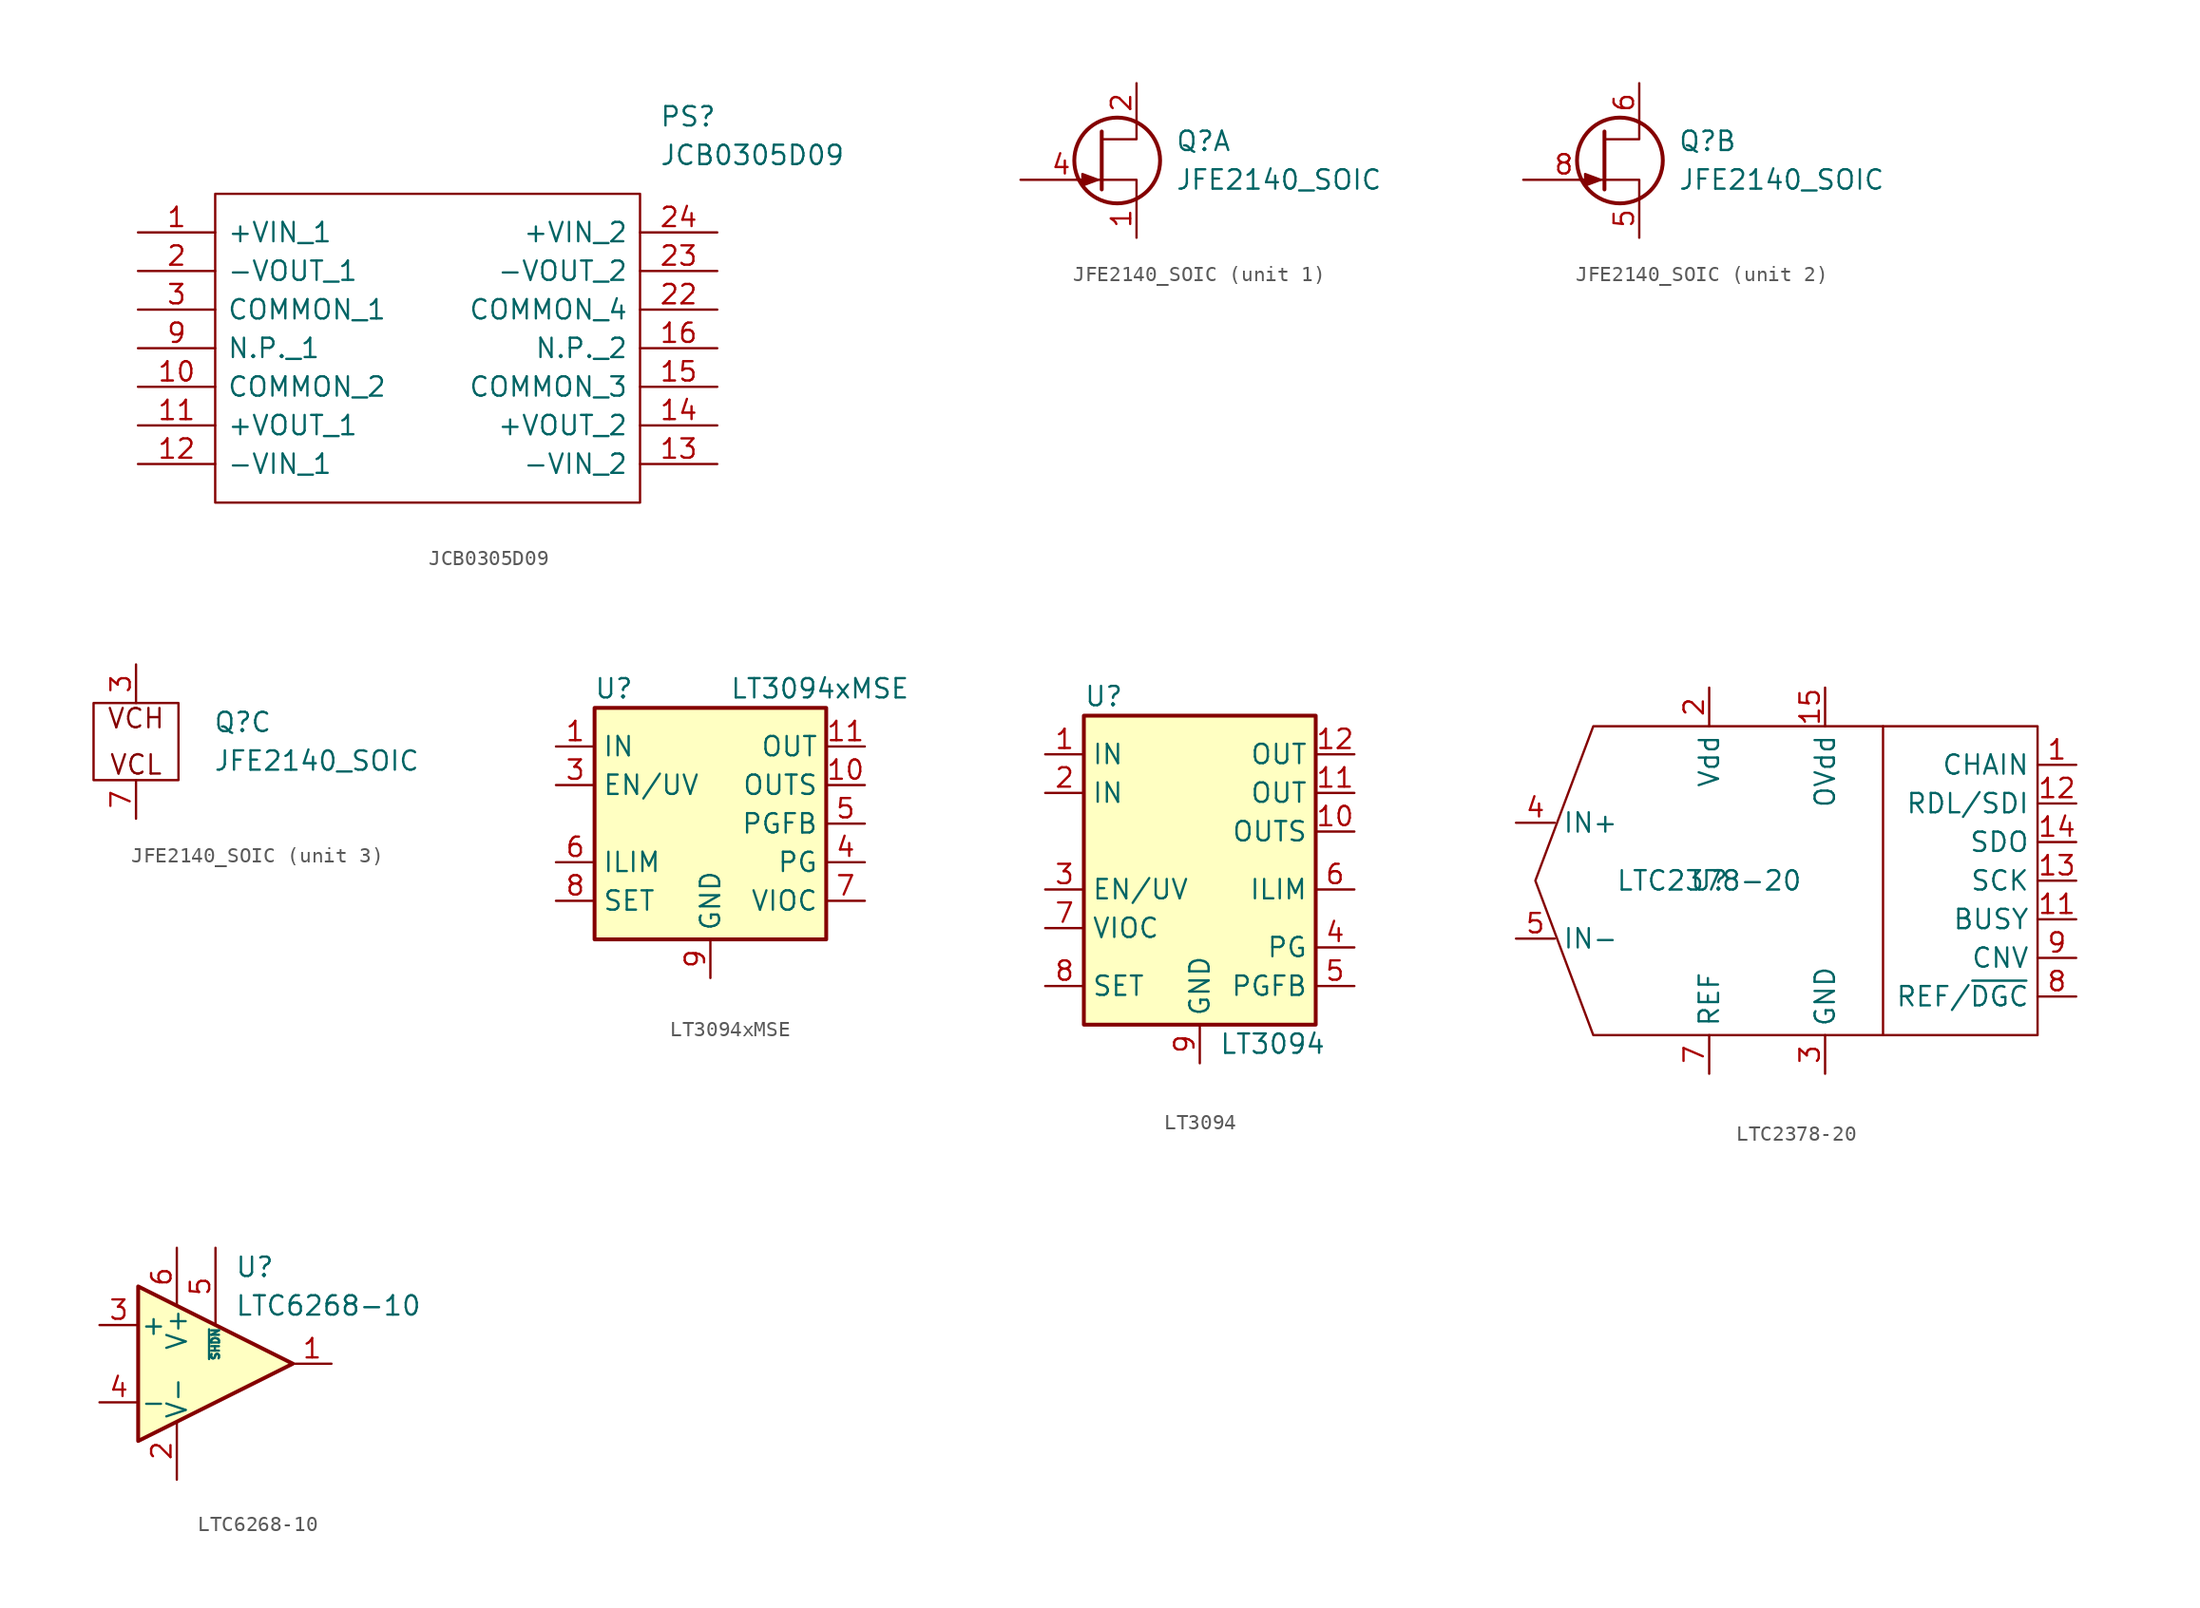
<source format=kicad_sym>
(kicad_symbol_lib
  (version 20211014)
  (generator kicad_symbol_editor)
  (symbol "JCB0305D09"
    (pin_names
      (offset 0.762))
    (property "Reference" "PS"
      (at 34.29 7.62 0)
      (effects (font (size 1.27 1.27)) (justify left)))
    (property "Value" "JCB0305D09"
      (at 34.29 5.08 0)
      (effects (font (size 1.27 1.27)) (justify left)))
    (symbol "JCB0305D09_0_0"
      (pin passive line (at 0 0 0) (length 5.08) (name "+VIN_1" (effects (font (size 1.27 1.27)))) (number "1" (effects (font (size 1.27 1.27)))))
      (pin passive line (at 0 -10.16 0) (length 5.08) (name "COMMON_2" (effects (font (size 1.27 1.27)))) (number "10" (effects (font (size 1.27 1.27)))))
      (pin passive line (at 0 -12.7 0) (length 5.08) (name "+VOUT_1" (effects (font (size 1.27 1.27)))) (number "11" (effects (font (size 1.27 1.27)))))
      (pin passive line (at 0 -15.24 0) (length 5.08) (name "-VIN_1" (effects (font (size 1.27 1.27)))) (number "12" (effects (font (size 1.27 1.27)))))
      (pin passive line (at 38.1 -15.24 180) (length 5.08) (name "-VIN_2" (effects (font (size 1.27 1.27)))) (number "13" (effects (font (size 1.27 1.27)))))
      (pin passive line (at 38.1 -12.7 180) (length 5.08) (name "+VOUT_2" (effects (font (size 1.27 1.27)))) (number "14" (effects (font (size 1.27 1.27)))))
      (pin passive line (at 38.1 -10.16 180) (length 5.08) (name "COMMON_3" (effects (font (size 1.27 1.27)))) (number "15" (effects (font (size 1.27 1.27)))))
      (pin passive line (at 38.1 -7.62 180) (length 5.08) (name "N.P._2" (effects (font (size 1.27 1.27)))) (number "16" (effects (font (size 1.27 1.27)))))
      (pin passive line (at 0 -2.54 0) (length 5.08) (name "-VOUT_1" (effects (font (size 1.27 1.27)))) (number "2" (effects (font (size 1.27 1.27)))))
      (pin passive line (at 38.1 -5.08 180) (length 5.08) (name "COMMON_4" (effects (font (size 1.27 1.27)))) (number "22" (effects (font (size 1.27 1.27)))))
      (pin passive line (at 38.1 -2.54 180) (length 5.08) (name "-VOUT_2" (effects (font (size 1.27 1.27)))) (number "23" (effects (font (size 1.27 1.27)))))
      (pin passive line (at 38.1 0 180) (length 5.08) (name "+VIN_2" (effects (font (size 1.27 1.27)))) (number "24" (effects (font (size 1.27 1.27)))))
      (pin passive line (at 0 -5.08 0) (length 5.08) (name "COMMON_1" (effects (font (size 1.27 1.27)))) (number "3" (effects (font (size 1.27 1.27)))))
      (pin passive line (at 0 -7.62 0) (length 5.08) (name "N.P._1" (effects (font (size 1.27 1.27)))) (number "9" (effects (font (size 1.27 1.27))))))
    (symbol "JCB0305D09_0_1"
      (polyline (pts (xy 5.08 2.54) (xy 33.02 2.54) (xy 33.02 -17.78) (xy 5.08 -17.78) (xy 5.08 2.54)) (stroke (width 0.152) (type default) (color 0 0 0 0)) (fill (type none)))))
  (symbol "JFE2140_SOIC"
    (pin_names
      (offset 0) hide)
    (property "Reference" "Q"
      (at 5.08 1.27 0)
      (effects (font (size 1.27 1.27)) (justify left)))
    (property "Value" "JFE2140_SOIC"
      (at 5.08 -1.27 0)
      (effects (font (size 1.27 1.27)) (justify left)))
    (property "ki_locked" ""
      (at 0 0 0)
      (effects (font (size 1.27 1.27))))
    (symbol "JFE2140_SOIC_1_1"
      (polyline (pts (xy 0.254 1.905) (xy 0.254 -1.905) (xy 0.254 -1.905)) (stroke (width 0.254) (type default) (color 0 0 0 0)) (fill (type none)))
      (polyline (pts (xy 2.54 -2.54) (xy 2.54 -1.27) (xy 0.254 -1.27)) (stroke (width 0) (type default) (color 0 0 0 0)) (fill (type none)))
      (polyline (pts (xy 2.54 2.54) (xy 2.54 1.397) (xy 0.254 1.397)) (stroke (width 0) (type default) (color 0 0 0 0)) (fill (type none)))
      (polyline (pts (xy 0 -1.27) (xy -1.016 -0.889) (xy -1.016 -1.651) (xy 0 -1.27)) (stroke (width 0) (type default) (color 0 0 0 0)) (fill (type outline)))
      (circle (center 1.27 0) (radius 2.819) (stroke (width 0.254) (type default) (color 0 0 0 0)) (fill (type none)))
      (pin passive line (at 2.54 -5.08 90) (length 2.54) (name "S" (effects (font (size 1.27 1.27)))) (number "1" (effects (font (size 1.27 1.27)))))
      (pin passive line (at 2.54 5.08 270) (length 2.54) (name "D" (effects (font (size 1.27 1.27)))) (number "2" (effects (font (size 1.27 1.27)))))
      (pin input line (at -5.08 -1.27 0) (length 5.334) (name "G" (effects (font (size 1.27 1.27)))) (number "4" (effects (font (size 1.27 1.27))))))
    (symbol "JFE2140_SOIC_2_1"
      (polyline (pts (xy 0.254 1.905) (xy 0.254 -1.905) (xy 0.254 -1.905)) (stroke (width 0.254) (type default) (color 0 0 0 0)) (fill (type none)))
      (polyline (pts (xy 2.54 -2.54) (xy 2.54 -1.27) (xy 0.254 -1.27)) (stroke (width 0) (type default) (color 0 0 0 0)) (fill (type none)))
      (polyline (pts (xy 2.54 2.54) (xy 2.54 1.397) (xy 0.254 1.397)) (stroke (width 0) (type default) (color 0 0 0 0)) (fill (type none)))
      (polyline (pts (xy 0 -1.27) (xy -1.016 -0.889) (xy -1.016 -1.651) (xy 0 -1.27)) (stroke (width 0) (type default) (color 0 0 0 0)) (fill (type outline)))
      (circle (center 1.27 0) (radius 2.819) (stroke (width 0.254) (type default) (color 0 0 0 0)) (fill (type none)))
      (pin passive line (at 2.54 -5.08 90) (length 2.54) (name "S" (effects (font (size 1.27 1.27)))) (number "5" (effects (font (size 1.27 1.27)))))
      (pin passive line (at 2.54 5.08 270) (length 2.54) (name "D" (effects (font (size 1.27 1.27)))) (number "6" (effects (font (size 1.27 1.27)))))
      (pin input line (at -5.08 -1.27 0) (length 5.334) (name "G" (effects (font (size 1.27 1.27)))) (number "8" (effects (font (size 1.27 1.27))))))
    (symbol "JFE2140_SOIC_3_1"
      (rectangle (start -2.794 2.54) (end 2.794 -2.54) (stroke (width 0) (type default) (color 0 0 0 0)) (fill (type none)))
      (text "VCH" (at 0 1.524 0) (effects (font (size 1.27 1.27))))
      (text "VCL" (at 0 -1.524 0) (effects (font (size 1.27 1.27))))
      (pin passive line (at 0 5.08 270) (length 2.54) (name "VCH" (effects (font (size 1.27 1.27)))) (number "3" (effects (font (size 1.27 1.27)))))
      (pin passive line (at 0 -5.08 90) (length 2.54) (name "VCL" (effects (font (size 1.27 1.27)))) (number "7" (effects (font (size 1.27 1.27)))))))
  (symbol "LT3094xMSE"
    (property "Reference" "U"
      (at -6.35 6.35 0)
      (effects (font (size 1.27 1.27))))
    (property "Value" "LT3094xMSE"
      (at 1.27 6.35 0)
      (effects (font (size 1.27 1.27)) (justify left)))
    (symbol "LT3094xMSE_0_1"
      (rectangle (start -7.62 5.08) (end 7.62 -10.16) (stroke (width 0.254) (type default) (color 0 0 0 0)) (fill (type background))))
    (symbol "LT3094xMSE_1_1"
      (pin power_in line (at -10.16 2.54 0) (length 2.54) (name "IN" (effects (font (size 1.27 1.27)))) (number "1" (effects (font (size 1.27 1.27)))))
      (pin input line (at 10.16 0 180) (length 2.54) (name "OUTS" (effects (font (size 1.27 1.27)))) (number "10" (effects (font (size 1.27 1.27)))))
      (pin power_out line (at 10.16 2.54 180) (length 2.54) (name "OUT" (effects (font (size 1.27 1.27)))) (number "11" (effects (font (size 1.27 1.27)))))
      (pin passive line (at 10.16 2.54 180) (length 2.54) hide (name "OUT" (effects (font (size 1.27 1.27)))) (number "12" (effects (font (size 1.27 1.27)))))
      (pin passive line (at 0 -12.7 90) (length 2.54) hide (name "GND" (effects (font (size 1.27 1.27)))) (number "13" (effects (font (size 1.27 1.27)))))
      (pin passive line (at -10.16 2.54 0) (length 2.54) hide (name "IN" (effects (font (size 1.27 1.27)))) (number "2" (effects (font (size 1.27 1.27)))))
      (pin input line (at -10.16 0 0) (length 2.54) (name "EN/UV" (effects (font (size 1.27 1.27)))) (number "3" (effects (font (size 1.27 1.27)))))
      (pin open_collector line (at 10.16 -5.08 180) (length 2.54) (name "PG" (effects (font (size 1.27 1.27)))) (number "4" (effects (font (size 1.27 1.27)))))
      (pin input line (at 10.16 -2.54 180) (length 2.54) (name "PGFB" (effects (font (size 1.27 1.27)))) (number "5" (effects (font (size 1.27 1.27)))))
      (pin passive line (at -10.16 -5.08 0) (length 2.54) (name "ILIM" (effects (font (size 1.27 1.27)))) (number "6" (effects (font (size 1.27 1.27)))))
      (pin passive line (at 10.16 -7.62 180) (length 2.54) (name "VIOC" (effects (font (size 1.27 1.27)))) (number "7" (effects (font (size 1.27 1.27)))))
      (pin passive line (at -10.16 -7.62 0) (length 2.54) (name "SET" (effects (font (size 1.27 1.27)))) (number "8" (effects (font (size 1.27 1.27)))))
      (pin power_in line (at 0 -12.7 90) (length 2.54) (name "GND" (effects (font (size 1.27 1.27)))) (number "9" (effects (font (size 1.27 1.27)))))))
  (symbol "LT3094"
    (property "Reference" "U"
      (at -7.62 8.89 0)
      (effects (font (size 1.27 1.27)) (justify left)))
    (property "Value" "LT3094"
      (at 1.27 -13.97 0)
      (effects (font (size 1.27 1.27)) (justify left)))
    (symbol "LT3094_0_0"
      (pin input line (at 10.16 0 180) (length 2.54) (name "OUTS" (effects (font (size 1.27 1.27)))) (number "10" (effects (font (size 1.27 1.27)))))
      (pin power_out line (at 10.16 2.54 180) (length 2.54) (name "OUT" (effects (font (size 1.27 1.27)))) (number "11" (effects (font (size 1.27 1.27)))))
      (pin input line (at 10.16 -7.62 180) (length 2.54) (name "PG" (effects (font (size 1.27 1.27)))) (number "4" (effects (font (size 1.27 1.27)))))
      (pin input line (at 10.16 -10.16 180) (length 2.54) (name "PGFB" (effects (font (size 1.27 1.27)))) (number "5" (effects (font (size 1.27 1.27))))))
    (symbol "LT3094_0_1"
      (rectangle (start -7.62 7.62) (end 7.62 -12.7) (stroke (width 0.254) (type default) (color 0 0 0 0)) (fill (type background))))
    (symbol "LT3094_1_1"
      (pin power_in line (at -10.16 5.08 0) (length 2.54) (name "IN" (effects (font (size 1.27 1.27)))) (number "1" (effects (font (size 1.27 1.27)))))
      (pin power_out line (at 10.16 5.08 180) (length 2.54) (name "OUT" (effects (font (size 1.27 1.27)))) (number "12" (effects (font (size 1.27 1.27)))))
      (pin power_in line (at -10.16 2.54 0) (length 2.54) (name "IN" (effects (font (size 1.27 1.27)))) (number "2" (effects (font (size 1.27 1.27)))))
      (pin input line (at -10.16 -3.81 0) (length 2.54) (name "EN/UV" (effects (font (size 1.27 1.27)))) (number "3" (effects (font (size 1.27 1.27)))))
      (pin input line (at 10.16 -3.81 180) (length 2.54) (name "ILIM" (effects (font (size 1.27 1.27)))) (number "6" (effects (font (size 1.27 1.27)))))
      (pin output line (at -10.16 -6.35 0) (length 2.54) (name "VIOC" (effects (font (size 1.27 1.27)))) (number "7" (effects (font (size 1.27 1.27)))))
      (pin input line (at -10.16 -10.16 0) (length 2.54) (name "SET" (effects (font (size 1.27 1.27)))) (number "8" (effects (font (size 1.27 1.27)))))
      (pin power_in line (at 0 -15.24 90) (length 2.54) (name "GND" (effects (font (size 1.27 1.27)))) (number "9" (effects (font (size 1.27 1.27)))))))
  (symbol "LTC2378-20"
    (property "Reference" "U"
      (at 0 0 0)
      (effects (font (size 1.27 1.27))))
    (property "Value" "LTC2378-20"
      (at 0 0 0)
      (effects (font (size 1.27 1.27))))
    (symbol "LTC2378-20_0_1"
      (polyline (pts (xy 11.43 -10.16) (xy 11.43 10.16)) (stroke (width 0.152) (type default) (color 0 0 0 0)) (fill (type none)))
      (polyline (pts (xy -11.43 0) (xy -7.62 10.16) (xy 21.59 10.16) (xy 21.59 -10.16) (xy -7.62 -10.16) (xy -11.43 0)) (stroke (width 0.152) (type default) (color 0 0 0 0)) (fill (type none))))
    (symbol "LTC2378-20_1_1"
      (pin input line (at 24.13 7.62 180) (length 2.54) (name "CHAIN" (effects (font (size 1.27 1.27)))) (number "1" (effects (font (size 1.27 1.27)))))
      (pin input line (at 7.62 -12.7 90) (length 2.54) hide (name "GND" (effects (font (size 1.27 1.27)))) (number "10" (effects (font (size 1.27 1.27)))))
      (pin output line (at 24.13 -2.54 180) (length 2.54) (name "BUSY" (effects (font (size 1.27 1.27)))) (number "11" (effects (font (size 1.27 1.27)))))
      (pin output line (at 24.13 5.08 180) (length 2.54) (name "RDL/SDI" (effects (font (size 1.27 1.27)))) (number "12" (effects (font (size 1.27 1.27)))))
      (pin input line (at 24.13 0 180) (length 2.54) (name "SCK" (effects (font (size 1.27 1.27)))) (number "13" (effects (font (size 1.27 1.27)))))
      (pin output line (at 24.13 2.54 180) (length 2.54) (name "SDO" (effects (font (size 1.27 1.27)))) (number "14" (effects (font (size 1.27 1.27)))))
      (pin power_in line (at 7.62 12.7 270) (length 2.54) (name "OVdd" (effects (font (size 1.27 1.27)))) (number "15" (effects (font (size 1.27 1.27)))))
      (pin input line (at 7.62 -12.7 90) (length 2.54) hide (name "GND" (effects (font (size 1.27 1.27)))) (number "16" (effects (font (size 1.27 1.27)))))
      (pin power_in line (at 0 12.7 270) (length 2.54) (name "Vdd" (effects (font (size 1.27 1.27)))) (number "2" (effects (font (size 1.27 1.27)))))
      (pin input line (at 7.62 -12.7 90) (length 2.54) (name "GND" (effects (font (size 1.27 1.27)))) (number "3" (effects (font (size 1.27 1.27)))))
      (pin input line (at -12.7 3.81 0) (length 2.54) (name "IN+" (effects (font (size 1.27 1.27)))) (number "4" (effects (font (size 1.27 1.27)))))
      (pin input line (at -12.7 -3.81 0) (length 2.54) (name "IN-" (effects (font (size 1.27 1.27)))) (number "5" (effects (font (size 1.27 1.27)))))
      (pin input line (at 7.62 -12.7 90) (length 2.54) hide (name "GND" (effects (font (size 1.27 1.27)))) (number "6" (effects (font (size 1.27 1.27)))))
      (pin input line (at 0 -12.7 90) (length 2.54) (name "REF" (effects (font (size 1.27 1.27)))) (number "7" (effects (font (size 1.27 1.27)))))
      (pin passive line (at 24.13 -7.62 180) (length 2.54) (name "REF/~{DGC}" (effects (font (size 1.27 1.27)))) (number "8" (effects (font (size 1.27 1.27)))))
      (pin input line (at 24.13 -5.08 180) (length 2.54) (name "CNV" (effects (font (size 1.27 1.27)))) (number "9" (effects (font (size 1.27 1.27)))))))
  (symbol "LTC6268-10"
    (pin_names
      (offset 0.127))
    (property "Reference" "U"
      (at 1.27 6.35 0)
      (effects (font (size 1.27 1.27)) (justify left)))
    (property "Value" "LTC6268-10"
      (at 1.27 3.81 0)
      (effects (font (size 1.27 1.27)) (justify left)))
    (symbol "LTC6268-10_0_1"
      (polyline (pts (xy -5.08 5.08) (xy 5.08 0) (xy -5.08 -5.08) (xy -5.08 5.08)) (stroke (width 0.254) (type default) (color 0 0 0 0)) (fill (type background))))
    (symbol "LTC6268-10_1_1"
      (pin output line (at 7.62 0 180) (length 2.54) (name "~" (effects (font (size 1.27 1.27)))) (number "1" (effects (font (size 1.27 1.27)))))
      (pin power_in line (at -2.54 -7.62 90) (length 3.81) (name "V-" (effects (font (size 1.27 1.27)))) (number "2" (effects (font (size 1.27 1.27)))))
      (pin input line (at -7.62 2.54 0) (length 2.54) (name "+" (effects (font (size 1.27 1.27)))) (number "3" (effects (font (size 1.27 1.27)))))
      (pin input line (at -7.62 -2.54 0) (length 2.54) (name "-" (effects (font (size 1.27 1.27)))) (number "4" (effects (font (size 1.27 1.27)))))
      (pin input line (at 0 7.62 270) (length 5.08) (name "~{SHDN}" (effects (font (size 0.508 0.508)))) (number "5" (effects (font (size 1.27 1.27)))))
      (pin power_in line (at -2.54 7.62 270) (length 3.81) (name "V+" (effects (font (size 1.27 1.27)))) (number "6" (effects (font (size 1.27 1.27))))))))
</source>
